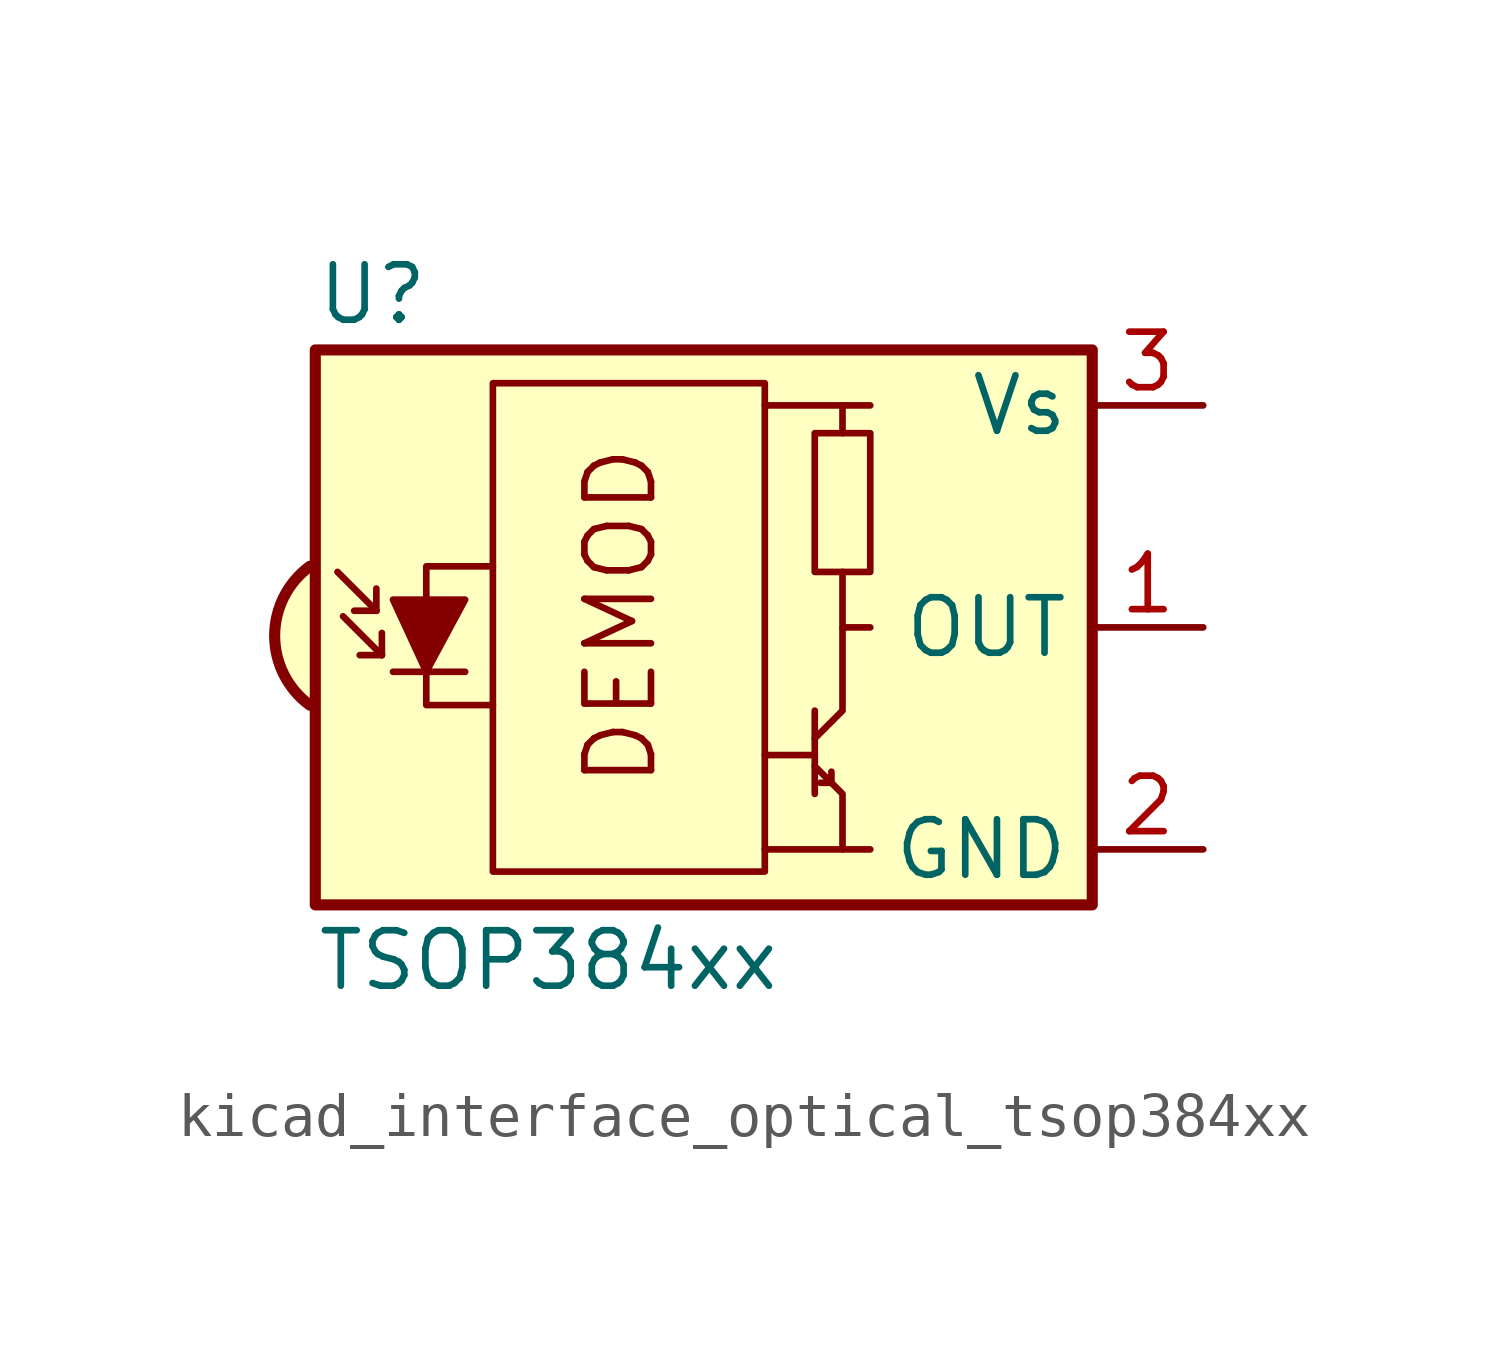
<source format=kicad_sym>
(kicad_symbol_lib
  (version 20220914)
  (generator kicad_symbol_editor)
  (symbol "kicad_interface_optical_tsop384xx"
    (property "Reference" "U"
      (at -10.16 7.62 0)
      (effects (font (size 1.27 1.27)) (justify left)))
    (property "Value" "TSOP384xx"
      (at -10.16 -7.62 0)
      (effects (font (size 1.27 1.27)) (justify left)))
    (symbol "kicad_interface_optical_tsop384xx_0_0"
      (arc (start -10.287 1.397) (mid -11.0899 -0.1852) (end -10.287 -1.778) (stroke (width 0.254) (type default)) (fill (type background)))
      (polyline (pts (xy 1.905 -5.08) (xy 0.127 -5.08)) (stroke (width 0) (type default)) (fill (type none)))
      (polyline (pts (xy 1.905 5.08) (xy 0.127 5.08)) (stroke (width 0) (type default)) (fill (type none)))
      (text "DEMOD" (at -3.175 0.254 900) (effects (font (size 1.524 1.524)))))
    (symbol "kicad_interface_optical_tsop384xx_0_1"
      (rectangle (start -6.096 5.588) (end 0.127 -5.588) (stroke (width 0) (type default)) (fill (type none)))
      (polyline (pts (xy -8.763 0.381) (xy -9.652 1.27)) (stroke (width 0) (type default)) (fill (type none)))
      (polyline (pts (xy -8.763 0.381) (xy -9.271 0.381)) (stroke (width 0) (type default)) (fill (type none)))
      (polyline (pts (xy -8.763 0.381) (xy -8.763 0.889)) (stroke (width 0) (type default)) (fill (type none)))
      (polyline (pts (xy -8.636 -0.635) (xy -9.525 0.254)) (stroke (width 0) (type default)) (fill (type none)))
      (polyline (pts (xy -8.636 -0.635) (xy -9.144 -0.635)) (stroke (width 0) (type default)) (fill (type none)))
      (polyline (pts (xy -8.636 -0.635) (xy -8.636 -0.127)) (stroke (width 0) (type default)) (fill (type none)))
      (polyline (pts (xy -8.382 -1.016) (xy -6.731 -1.016)) (stroke (width 0) (type default)) (fill (type none)))
      (polyline (pts (xy 1.27 -2.921) (xy 0.127 -2.921)) (stroke (width 0) (type default)) (fill (type none)))
      (polyline (pts (xy 1.27 -1.905) (xy 1.27 -3.81)) (stroke (width 0) (type default)) (fill (type none)))
      (polyline (pts (xy 1.397 -3.556) (xy 1.524 -3.556)) (stroke (width 0) (type default)) (fill (type none)))
      (polyline (pts (xy 1.651 -3.556) (xy 1.524 -3.556)) (stroke (width 0) (type default)) (fill (type none)))
      (polyline (pts (xy 1.651 -3.556) (xy 1.651 -3.302)) (stroke (width 0) (type default)) (fill (type none)))
      (polyline (pts (xy 1.905 0) (xy 1.905 1.27)) (stroke (width 0) (type default)) (fill (type none)))
      (polyline (pts (xy 1.905 4.445) (xy 1.905 5.08) (xy 2.54 5.08)) (stroke (width 0) (type default)) (fill (type none)))
      (polyline (pts (xy -8.382 0.635) (xy -6.731 0.635) (xy -7.62 -1.016) (xy -8.382 0.635)) (stroke (width 0) (type default)) (fill (type outline)))
      (polyline (pts (xy -6.096 1.397) (xy -7.62 1.397) (xy -7.62 -1.778) (xy -6.096 -1.778)) (stroke (width 0) (type default)) (fill (type none)))
      (polyline (pts (xy 1.27 -3.175) (xy 1.905 -3.81) (xy 1.905 -5.08) (xy 2.54 -5.08)) (stroke (width 0) (type default)) (fill (type none)))
      (polyline (pts (xy 1.27 -2.54) (xy 1.905 -1.905) (xy 1.905 0) (xy 2.54 0)) (stroke (width 0) (type default)) (fill (type none)))
      (rectangle (start 2.54 1.27) (end 1.27 4.445) (stroke (width 0) (type default)) (fill (type none)))
      (rectangle (start 7.62 6.35) (end -10.16 -6.35) (stroke (width 0.254) (type default)) (fill (type background))))
    (symbol "kicad_interface_optical_tsop384xx_1_1"
      (pin output line (at 10.16 0 180) (length 2.54) (name "OUT" (effects (font (size 1.27 1.27)))) (number "1" (effects (font (size 1.27 1.27)))))
      (pin power_in line (at 10.16 -5.08 180) (length 2.54) (name "GND" (effects (font (size 1.27 1.27)))) (number "2" (effects (font (size 1.27 1.27)))))
      (pin power_in line (at 10.16 5.08 180) (length 2.54) (name "Vs" (effects (font (size 1.27 1.27)))) (number "3" (effects (font (size 1.27 1.27))))))))
</source>
